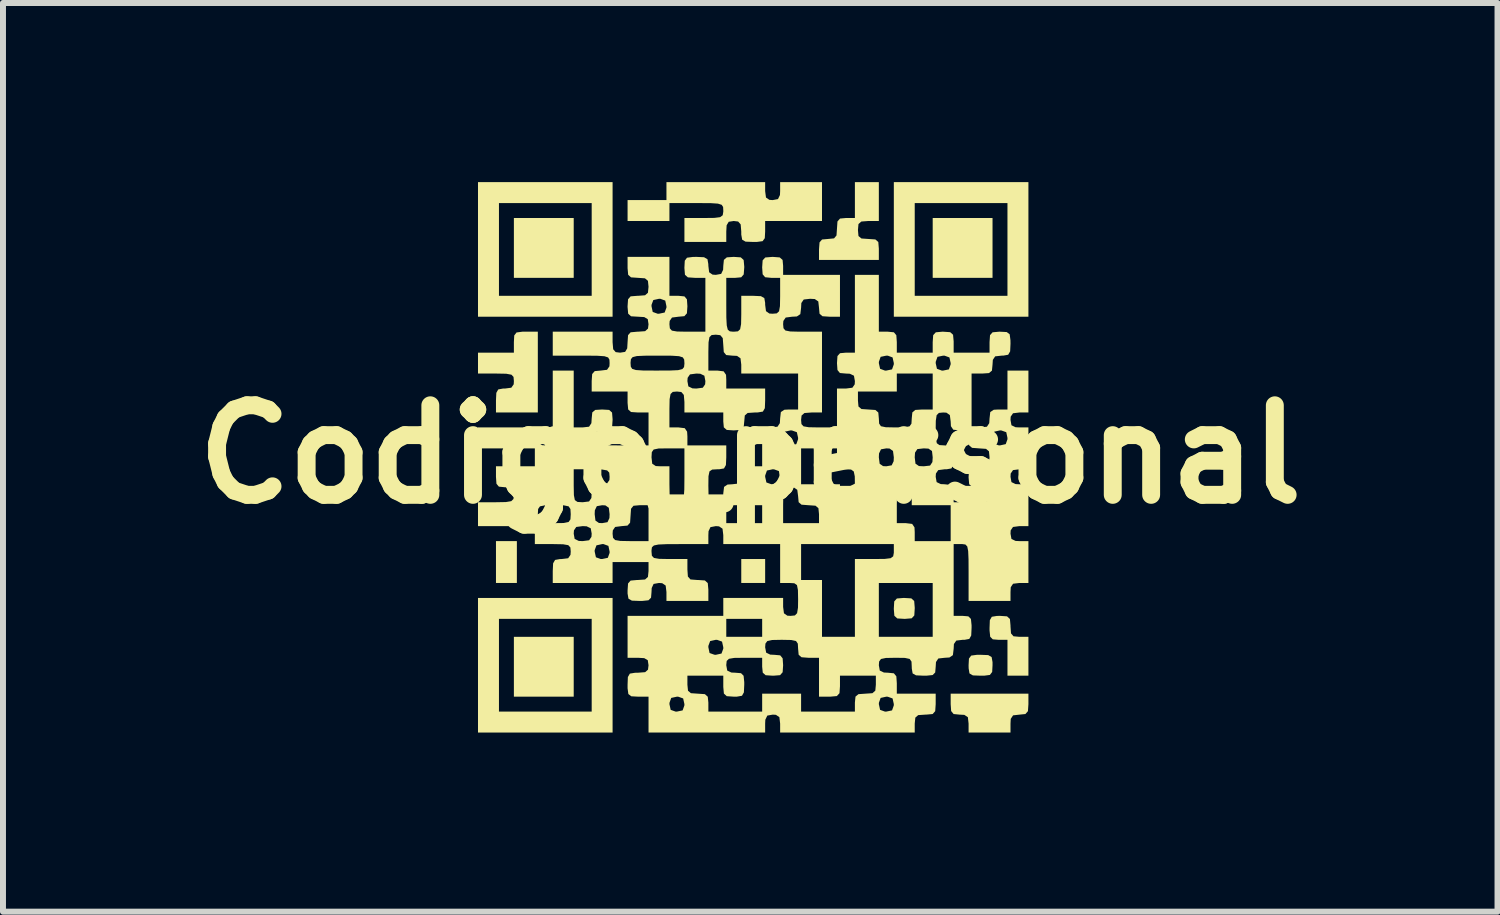
<source format=kicad_pcb>
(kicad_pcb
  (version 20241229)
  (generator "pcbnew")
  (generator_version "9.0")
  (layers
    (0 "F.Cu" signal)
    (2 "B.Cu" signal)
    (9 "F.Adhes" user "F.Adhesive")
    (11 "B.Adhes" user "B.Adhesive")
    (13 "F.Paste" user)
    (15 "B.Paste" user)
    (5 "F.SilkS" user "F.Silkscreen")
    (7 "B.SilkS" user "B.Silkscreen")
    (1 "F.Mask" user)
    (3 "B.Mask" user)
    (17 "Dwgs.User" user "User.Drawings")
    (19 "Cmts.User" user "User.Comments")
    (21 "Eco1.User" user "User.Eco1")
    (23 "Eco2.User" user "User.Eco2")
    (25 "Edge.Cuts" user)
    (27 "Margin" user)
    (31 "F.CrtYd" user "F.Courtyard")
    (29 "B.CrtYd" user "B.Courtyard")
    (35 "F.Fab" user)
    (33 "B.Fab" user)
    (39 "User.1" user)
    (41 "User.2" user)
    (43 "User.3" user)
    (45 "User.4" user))
  (footprint "Codigo_personal"
    (layer "F.Cu")
    (at 9.514 4.559)
    (property "Reference" "Codigo_personal" (at 0 0 0) (layer "F.SilkS") (effects (font (size 1.5 1.5) (thickness 0.3))))
    (attr board_only exclude_from_pos_files exclude_from_bom)
    (fp_poly (pts (xy -3.908 1.804) (xy -3.908 2.154) (xy -4.083 2.154) (xy -4.258 2.154) (xy -4.258 1.804) (xy -4.258 1.453) (xy -4.083 1.453) (xy -3.908 1.453)) (stroke (width 0) (type solid)) (fill yes) (layer "F.SilkS"))
    (fp_poly (pts (xy -2.956 -3.457) (xy -2.956 -2.956) (xy -3.457 -2.956) (xy -3.958 -2.956) (xy -3.958 -3.457) (xy -3.958 -3.958) (xy -3.457 -3.958) (xy -2.956 -3.958)) (stroke (width 0) (type solid)) (fill yes) (layer "F.SilkS"))
    (fp_poly (pts (xy -2.956 3.557) (xy -2.956 4.058) (xy -3.457 4.058) (xy -3.958 4.058) (xy -3.958 3.557) (xy -3.958 3.056) (xy -3.457 3.056) (xy -2.956 3.056)) (stroke (width 0) (type solid)) (fill yes) (layer "F.SilkS"))
    (fp_poly (pts (xy 0.25 1.954) (xy 0.25 2.154) (xy 0.05 2.154) (xy -0.15 2.154) (xy -0.15 1.954) (xy -0.15 1.753) (xy 0.05 1.753) (xy 0.25 1.753)) (stroke (width 0) (type solid)) (fill yes) (layer "F.SilkS"))
    (fp_poly (pts (xy 4.058 -3.457) (xy 4.058 -2.956) (xy 3.557 -2.956) (xy 3.056 -2.956) (xy 3.056 -3.457) (xy 3.056 -3.958) (xy 3.557 -3.958) (xy 4.058 -3.958)) (stroke (width 0) (type solid)) (fill yes) (layer "F.SilkS"))
    (fp_poly (pts (xy 2.698 2.412) (xy 2.746 2.456) (xy 2.755 2.567) (xy 2.755 2.58) (xy 2.748 2.698) (xy 2.704 2.746) (xy 2.593 2.755) (xy 2.58 2.755) (xy 2.463 2.748) (xy 2.414 2.704) (xy 2.405 2.593) (xy 2.405 2.58) (xy 2.412 2.463) (xy 2.456 2.414) (xy 2.567 2.405) (xy 2.58 2.405)) (stroke (width 0) (type solid)) (fill yes) (layer "F.SilkS"))
    (fp_poly (pts (xy 3.986 3.362) (xy 4.043 3.395) (xy 4.058 3.48) (xy 4.058 3.532) (xy 4.052 3.644) (xy 4.014 3.694) (xy 3.917 3.707) (xy 3.858 3.707) (xy 3.729 3.702) (xy 3.672 3.669) (xy 3.658 3.584) (xy 3.657 3.532) (xy 3.663 3.42) (xy 3.701 3.37) (xy 3.798 3.357) (xy 3.858 3.357)) (stroke (width 0) (type solid)) (fill yes) (layer "F.SilkS"))
    (fp_poly (pts (xy -2.305 -3.432) (xy -2.305 -2.305) (xy -3.432 -2.305) (xy -4.559 -2.305) (xy -4.559 -3.432) (xy -4.208 -3.432) (xy -4.208 -2.655) (xy -3.432 -2.655) (xy -2.655 -2.655) (xy -2.655 -3.432) (xy -2.655 -4.208) (xy -3.432 -4.208) (xy -4.208 -4.208) (xy -4.208 -3.432) (xy -4.559 -3.432) (xy -4.559 -4.559) (xy -3.432 -4.559) (xy -2.305 -4.559)) (stroke (width 0) (type solid)) (fill yes) (layer "F.SilkS"))
    (fp_poly (pts (xy -2.305 3.532) (xy -2.305 4.659) (xy -3.432 4.659) (xy -4.559 4.659) (xy -4.559 3.532) (xy -4.208 3.532) (xy -4.208 4.308) (xy -3.432 4.308) (xy -2.655 4.308) (xy -2.655 3.532) (xy -2.655 2.755) (xy -3.432 2.755) (xy -4.208 2.755) (xy -4.208 3.532) (xy -4.559 3.532) (xy -4.559 2.405) (xy -3.432 2.405) (xy -2.305 2.405)) (stroke (width 0) (type solid)) (fill yes) (layer "F.SilkS"))
    (fp_poly (pts (xy 4.659 -3.432) (xy 4.659 -2.305) (xy 3.532 -2.305) (xy 2.405 -2.305) (xy 2.405 -3.432) (xy 2.755 -3.432) (xy 2.755 -2.655) (xy 3.532 -2.655) (xy 4.308 -2.655) (xy 4.308 -3.432) (xy 4.308 -4.208) (xy 3.532 -4.208) (xy 2.755 -4.208) (xy 2.755 -3.432) (xy 2.405 -3.432) (xy 2.405 -4.559) (xy 3.532 -4.559) (xy 4.659 -4.559)) (stroke (width 0) (type solid)) (fill yes) (layer "F.SilkS"))
    (fp_poly (pts (xy 4.659 4.183) (xy 4.651 4.301) (xy 4.608 4.349) (xy 4.509 4.359) (xy 4.402 4.371) (xy 4.363 4.43) (xy 4.359 4.509) (xy 4.359 4.659) (xy 4.008 4.659) (xy 3.657 4.659) (xy 3.657 4.509) (xy 3.645 4.402) (xy 3.586 4.363) (xy 3.507 4.359) (xy 3.406 4.349) (xy 3.365 4.299) (xy 3.357 4.183) (xy 3.357 4.008) (xy 4.008 4.008) (xy 4.659 4.008)) (stroke (width 0) (type solid)) (fill yes) (layer "F.SilkS"))
    (fp_poly (pts (xy 4.301 2.713) (xy 4.349 2.757) (xy 4.359 2.867) (xy 4.359 2.881) (xy 4.367 2.998) (xy 4.409 3.047) (xy 4.509 3.056) (xy 4.659 3.056) (xy 4.659 3.382) (xy 4.659 3.707) (xy 4.484 3.707) (xy 4.308 3.707) (xy 4.308 3.407) (xy 4.308 3.106) (xy 4.158 3.106) (xy 4.062 3.098) (xy 4.019 3.055) (xy 4.008 2.949) (xy 4.008 2.906) (xy 4.013 2.777) (xy 4.046 2.72) (xy 4.131 2.706) (xy 4.183 2.705)) (stroke (width 0) (type solid)) (fill yes) (layer "F.SilkS"))
    (fp_poly (pts (xy -3.557 -1.378) (xy -3.557 -0.701) (xy -3.908 -0.701) (xy -4.258 -0.701) (xy -4.258 -0.902) (xy -4.252 -1.03) (xy -4.22 -1.087) (xy -4.14 -1.102) (xy -4.108 -1.102) (xy -4.001 -1.116) (xy -3.961 -1.173) (xy -3.958 -1.227) (xy -3.964 -1.297) (xy -3.999 -1.334) (xy -4.086 -1.35) (xy -4.248 -1.353) (xy -4.258 -1.353) (xy -4.559 -1.353) (xy -4.559 -1.528) (xy -4.559 -1.703) (xy -4.258 -1.703) (xy -3.958 -1.703) (xy -3.958 -1.879) (xy -3.952 -1.991) (xy -3.914 -2.041) (xy -3.817 -2.054) (xy -3.757 -2.054) (xy -3.557 -2.054)) (stroke (width 0) (type solid)) (fill yes) (layer "F.SilkS"))
    (fp_poly (pts (xy 2.154 -4.233) (xy 2.154 -3.908) (xy 1.979 -3.908) (xy 1.861 -3.899) (xy 1.813 -3.857) (xy 1.804 -3.757) (xy 1.813 -3.656) (xy 1.863 -3.615) (xy 1.979 -3.607) (xy 2.096 -3.599) (xy 2.145 -3.556) (xy 2.154 -3.445) (xy 2.154 -3.432) (xy 2.154 -3.256) (xy 1.653 -3.256) (xy 1.152 -3.256) (xy 1.152 -3.432) (xy 1.161 -3.55) (xy 1.203 -3.598) (xy 1.303 -3.607) (xy 1.404 -3.617) (xy 1.445 -3.666) (xy 1.453 -3.782) (xy 1.461 -3.9) (xy 1.504 -3.949) (xy 1.603 -3.958) (xy 1.753 -3.958) (xy 1.753 -4.258) (xy 1.753 -4.559) (xy 1.954 -4.559) (xy 2.154 -4.559)) (stroke (width 0) (type solid)) (fill yes) (layer "F.SilkS"))
    (fp_poly (pts (xy 0.25 -4.409) (xy 0.264 -4.301) (xy 0.321 -4.262) (xy 0.376 -4.258) (xy 0.465 -4.275) (xy 0.498 -4.343) (xy 0.501 -4.409) (xy 0.501 -4.559) (xy 0.852 -4.559) (xy 1.202 -4.559) (xy 1.202 -4.233) (xy 1.202 -3.908) (xy 0.726 -3.908) (xy 0.25 -3.908) (xy 0.25 -3.732) (xy 0.244 -3.62) (xy 0.207 -3.57) (xy 0.109 -3.557) (xy 0.05 -3.557) (xy -0.078 -3.562) (xy -0.135 -3.595) (xy -0.15 -3.681) (xy -0.15 -3.732) (xy -0.16 -3.851) (xy -0.202 -3.899) (xy -0.276 -3.908) (xy -0.36 -3.895) (xy -0.395 -3.836) (xy -0.401 -3.732) (xy -0.401 -3.557) (xy -0.751 -3.557) (xy -1.102 -3.557) (xy -1.102 -3.757) (xy -1.102 -3.958) (xy -0.777 -3.958) (xy -0.601 -3.96) (xy -0.504 -3.972) (xy -0.461 -4.004) (xy -0.451 -4.063) (xy -0.451 -4.083) (xy -0.454 -4.142) (xy -0.478 -4.179) (xy -0.541 -4.199) (xy -0.663 -4.207) (xy -0.862 -4.208) (xy -0.902 -4.208) (xy -1.353 -4.208) (xy -1.353 -4.058) (xy -1.353 -3.908) (xy -1.703 -3.908) (xy -2.054 -3.908) (xy -2.054 -4.083) (xy -2.054 -4.258) (xy -1.728 -4.258) (xy -1.403 -4.258) (xy -1.403 -4.409) (xy -1.403 -4.559) (xy -0.576 -4.559) (xy 0.25 -4.559)) (stroke (width 0) (type solid)) (fill yes) (layer "F.SilkS"))
    (fp_poly (pts (xy -1.353 -2.981) (xy -1.353 -2.655) (xy -1.202 -2.655) (xy -1.101 -2.645) (xy -1.06 -2.596) (xy -1.052 -2.48) (xy -1.06 -2.362) (xy -1.103 -2.314) (xy -1.202 -2.305) (xy -1.31 -2.291) (xy -1.349 -2.234) (xy -1.353 -2.179) (xy -1.346 -2.11) (xy -1.312 -2.072) (xy -1.225 -2.057) (xy -1.063 -2.054) (xy -1.052 -2.054) (xy -0.751 -2.054) (xy -0.751 -2.505) (xy -0.751 -2.956) (xy -0.927 -2.956) (xy -1.044 -2.964) (xy -1.093 -3.007) (xy -1.102 -3.118) (xy -1.102 -3.131) (xy -1.096 -3.243) (xy -1.059 -3.293) (xy -0.961 -3.306) (xy -0.902 -3.307) (xy -0.773 -3.301) (xy -0.716 -3.268) (xy -0.702 -3.188) (xy -0.701 -3.156) (xy -0.688 -3.049) (xy -0.631 -3.01) (xy -0.576 -3.006) (xy -0.487 -3.022) (xy -0.454 -3.091) (xy -0.451 -3.156) (xy -0.441 -3.257) (xy -0.392 -3.299) (xy -0.276 -3.307) (xy -0.158 -3.299) (xy -0.11 -3.255) (xy -0.1 -3.145) (xy -0.1 -3.131) (xy -0.109 -3.013) (xy -0.151 -2.965) (xy -0.25 -2.956) (xy -0.401 -2.956) (xy -0.401 -2.505) (xy -0.4 -2.291) (xy -0.393 -2.159) (xy -0.376 -2.088) (xy -0.342 -2.06) (xy -0.287 -2.054) (xy -0.276 -2.054) (xy -0.206 -2.06) (xy -0.169 -2.095) (xy -0.153 -2.182) (xy -0.15 -2.344) (xy -0.15 -2.355) (xy -0.15 -2.655) (xy 0.05 -2.655) (xy 0.179 -2.649) (xy 0.236 -2.617) (xy 0.25 -2.537) (xy 0.25 -2.505) (xy 0.264 -2.398) (xy 0.321 -2.358) (xy 0.376 -2.355) (xy 0.445 -2.361) (xy 0.483 -2.396) (xy 0.498 -2.482) (xy 0.501 -2.645) (xy 0.501 -2.655) (xy 0.501 -2.956) (xy 0.351 -2.956) (xy 0.25 -2.966) (xy 0.208 -3.015) (xy 0.2 -3.131) (xy 0.208 -3.249) (xy 0.252 -3.297) (xy 0.362 -3.306) (xy 0.376 -3.307) (xy 0.494 -3.298) (xy 0.542 -3.256) (xy 0.551 -3.156) (xy 0.551 -3.006) (xy 1.027 -3.006) (xy 1.503 -3.006) (xy 1.503 -2.655) (xy 1.503 -2.305) (xy 1.328 -2.305) (xy 1.21 -2.313) (xy 1.161 -2.355) (xy 1.152 -2.455) (xy 1.14 -2.561) (xy 1.081 -2.601) (xy 1.002 -2.605) (xy 0.896 -2.593) (xy 0.856 -2.534) (xy 0.852 -2.455) (xy 0.839 -2.348) (xy 0.781 -2.309) (xy 0.701 -2.305) (xy 0.594 -2.291) (xy 0.555 -2.234) (xy 0.551 -2.179) (xy 0.557 -2.112) (xy 0.589 -2.074) (xy 0.67 -2.058) (xy 0.824 -2.054) (xy 0.877 -2.054) (xy 1.202 -2.054) (xy 1.202 -1.378) (xy 1.202 -0.701) (xy 1.027 -0.701) (xy 0.908 -0.692) (xy 0.86 -0.65) (xy 0.852 -0.576) (xy 0.858 -0.507) (xy 0.893 -0.469) (xy 0.98 -0.454) (xy 1.142 -0.451) (xy 1.152 -0.451) (xy 1.453 -0.451) (xy 1.453 -0.777) (xy 1.453 -1.052) (xy 1.804 -1.052) (xy 1.804 -0.902) (xy 1.813 -0.801) (xy 1.863 -0.759) (xy 1.979 -0.751) (xy 2.097 -0.743) (xy 2.145 -0.701) (xy 2.154 -0.601) (xy 2.159 -0.515) (xy 2.189 -0.471) (xy 2.27 -0.454) (xy 2.426 -0.451) (xy 2.43 -0.451) (xy 2.587 -0.453) (xy 2.669 -0.47) (xy 2.7 -0.514) (xy 2.705 -0.599) (xy 2.705 -0.601) (xy 2.715 -0.702) (xy 2.765 -0.744) (xy 2.881 -0.751) (xy 3.056 -0.751) (xy 3.056 -1.052) (xy 3.056 -1.353) (xy 2.755 -1.353) (xy 2.455 -1.353) (xy 2.455 -1.202) (xy 2.455 -1.052) (xy 2.129 -1.052) (xy 1.804 -1.052) (xy 1.453 -1.052) (xy 1.453 -1.102) (xy 1.603 -1.102) (xy 1.711 -1.116) (xy 1.75 -1.173) (xy 1.753 -1.227) (xy 1.737 -1.317) (xy 1.669 -1.35) (xy 1.603 -1.353) (xy 1.502 -1.362) (xy 1.461 -1.412) (xy 1.453 -1.528) (xy 2.154 -1.528) (xy 2.175 -1.433) (xy 2.256 -1.403) (xy 2.279 -1.403) (xy 2.375 -1.423) (xy 2.404 -1.505) (xy 2.405 -1.528) (xy 3.106 -1.528) (xy 3.127 -1.433) (xy 3.208 -1.403) (xy 3.231 -1.403) (xy 3.327 -1.423) (xy 3.356 -1.505) (xy 3.357 -1.528) (xy 3.336 -1.623) (xy 3.254 -1.653) (xy 3.231 -1.653) (xy 3.136 -1.633) (xy 3.107 -1.551) (xy 3.106 -1.528) (xy 2.405 -1.528) (xy 2.384 -1.623) (xy 2.303 -1.653) (xy 2.279 -1.653) (xy 2.184 -1.633) (xy 2.155 -1.551) (xy 2.154 -1.528) (xy 1.453 -1.528) (xy 1.461 -1.646) (xy 1.504 -1.694) (xy 1.603 -1.703) (xy 1.753 -1.703) (xy 1.753 -2.355) (xy 1.753 -3.006) (xy 1.954 -3.006) (xy 2.154 -3.006) (xy 2.154 -2.53) (xy 2.154 -2.054) (xy 2.305 -2.054) (xy 2.406 -2.044) (xy 2.447 -1.995) (xy 2.455 -1.879) (xy 2.455 -1.703) (xy 2.755 -1.703) (xy 3.056 -1.703) (xy 3.056 -1.879) (xy 3.064 -1.996) (xy 3.108 -2.044) (xy 3.218 -2.054) (xy 3.231 -2.054) (xy 3.349 -2.046) (xy 3.397 -2.003) (xy 3.407 -1.892) (xy 3.407 -1.879) (xy 3.407 -1.703) (xy 3.707 -1.703) (xy 4.008 -1.703) (xy 4.008 -1.879) (xy 4.016 -1.996) (xy 4.059 -2.044) (xy 4.17 -2.054) (xy 4.183 -2.054) (xy 4.296 -2.048) (xy 4.345 -2.011) (xy 4.358 -1.913) (xy 4.359 -1.854) (xy 4.353 -1.725) (xy 4.32 -1.668) (xy 4.241 -1.654) (xy 4.208 -1.653) (xy 4.102 -1.641) (xy 4.063 -1.582) (xy 4.058 -1.503) (xy 4.048 -1.402) (xy 3.999 -1.361) (xy 3.883 -1.353) (xy 3.707 -1.353) (xy 3.707 -0.902) (xy 3.707 -0.451) (xy 3.858 -0.451) (xy 3.964 -0.463) (xy 4.003 -0.522) (xy 4.008 -0.601) (xy 4.02 -0.708) (xy 4.079 -0.747) (xy 4.158 -0.751) (xy 4.308 -0.751) (xy 4.308 -1.077) (xy 4.308 -1.403) (xy 4.484 -1.403) (xy 4.659 -1.403) (xy 4.659 -1.052) (xy 4.659 -0.701) (xy 4.509 -0.701) (xy 4.401 -0.688) (xy 4.362 -0.631) (xy 4.359 -0.576) (xy 4.375 -0.487) (xy 4.444 -0.454) (xy 4.509 -0.451) (xy 4.659 -0.451) (xy 4.659 -0.1) (xy 4.659 0.25) (xy 4.509 0.25) (xy 4.401 0.264) (xy 4.362 0.321) (xy 4.359 0.376) (xy 4.375 0.465) (xy 4.444 0.498) (xy 4.509 0.501) (xy 4.659 0.501) (xy 4.659 0.852) (xy 4.659 1.202) (xy 4.509 1.202) (xy 4.401 1.216) (xy 4.362 1.273) (xy 4.359 1.328) (xy 4.375 1.417) (xy 4.444 1.45) (xy 4.509 1.453) (xy 4.659 1.453) (xy 4.659 1.804) (xy 4.659 2.154) (xy 4.509 2.154) (xy 4.402 2.167) (xy 4.363 2.225) (xy 4.359 2.305) (xy 4.359 2.455) (xy 4.008 2.455) (xy 3.657 2.455) (xy 3.657 1.979) (xy 3.656 1.758) (xy 3.65 1.619) (xy 3.635 1.543) (xy 3.604 1.51) (xy 3.553 1.503) (xy 3.532 1.503) (xy 3.407 1.503) (xy 3.407 2.104) (xy 3.407 2.705) (xy 3.557 2.705) (xy 3.653 2.713) (xy 3.696 2.756) (xy 3.707 2.863) (xy 3.707 2.906) (xy 3.701 3.034) (xy 3.669 3.091) (xy 3.589 3.106) (xy 3.557 3.106) (xy 3.451 3.119) (xy 3.411 3.177) (xy 3.407 3.256) (xy 3.394 3.363) (xy 3.336 3.402) (xy 3.256 3.407) (xy 3.15 3.419) (xy 3.111 3.478) (xy 3.106 3.557) (xy 3.098 3.653) (xy 3.055 3.696) (xy 2.949 3.707) (xy 2.906 3.707) (xy 2.777 3.701) (xy 2.72 3.669) (xy 2.706 3.589) (xy 2.705 3.557) (xy 2.701 3.471) (xy 2.67 3.426) (xy 2.59 3.409) (xy 2.434 3.407) (xy 2.43 3.407) (xy 2.272 3.41) (xy 2.19 3.427) (xy 2.159 3.469) (xy 2.154 3.532) (xy 2.17 3.621) (xy 2.239 3.654) (xy 2.305 3.657) (xy 2.406 3.667) (xy 2.447 3.717) (xy 2.455 3.833) (xy 2.455 4.008) (xy 2.78 4.008) (xy 3.106 4.008) (xy 3.106 4.183) (xy 3.098 4.301) (xy 3.055 4.349) (xy 2.944 4.359) (xy 2.931 4.359) (xy 2.813 4.367) (xy 2.765 4.409) (xy 2.755 4.509) (xy 2.755 4.659) (xy 1.628 4.659) (xy 0.501 4.659) (xy 0.501 4.509) (xy 0.488 4.401) (xy 0.43 4.362) (xy 0.376 4.359) (xy 0.286 4.375) (xy 0.253 4.444) (xy 0.25 4.509) (xy 0.25 4.659) (xy -0.726 4.659) (xy -1.703 4.659) (xy -1.703 4.359) (xy -1.703 4.183) (xy -1.353 4.183) (xy -1.332 4.279) (xy -1.25 4.308) (xy -1.227 4.308) (xy -1.132 4.288) (xy -1.103 4.206) (xy -1.102 4.183) (xy -1.123 4.088) (xy -1.204 4.059) (xy -1.227 4.058) (xy -1.323 4.079) (xy -1.352 4.16) (xy -1.353 4.183) (xy -1.703 4.183) (xy -1.703 4.058) (xy -1.879 4.058) (xy -1.991 4.052) (xy -2.041 4.014) (xy -2.054 3.917) (xy -2.054 3.858) (xy -2.049 3.729) (xy -2.036 3.707) (xy -1.052 3.707) (xy -1.052 3.858) (xy -1.042 3.959) (xy -0.993 4) (xy -0.877 4.008) (xy -0.759 4.016) (xy -0.711 4.059) (xy -0.701 4.158) (xy -0.701 4.308) (xy -0.25 4.308) (xy 0.2 4.308) (xy 0.2 4.158) (xy 0.2 4.008) (xy 0.526 4.008) (xy 0.852 4.008) (xy 0.852 4.158) (xy 0.852 4.308) (xy 1.303 4.308) (xy 1.753 4.308) (xy 1.753 4.183) (xy 2.154 4.183) (xy 2.175 4.279) (xy 2.256 4.308) (xy 2.279 4.308) (xy 2.375 4.288) (xy 2.404 4.206) (xy 2.405 4.183) (xy 2.384 4.088) (xy 2.303 4.059) (xy 2.279 4.058) (xy 2.184 4.079) (xy 2.155 4.16) (xy 2.154 4.183) (xy 1.753 4.183) (xy 1.753 4.158) (xy 1.763 4.057) (xy 1.813 4.016) (xy 1.929 4.008) (xy 2.047 4) (xy 2.095 3.957) (xy 2.104 3.858) (xy 2.104 3.707) (xy 1.804 3.707) (xy 1.503 3.707) (xy 1.503 3.883) (xy 1.495 4) (xy 1.451 4.048) (xy 1.341 4.058) (xy 1.328 4.058) (xy 1.152 4.058) (xy 1.152 3.732) (xy 1.152 3.407) (xy 0.977 3.407) (xy 0.859 3.398) (xy 0.811 3.356) (xy 0.802 3.256) (xy 0.797 3.17) (xy 0.767 3.126) (xy 0.686 3.109) (xy 0.53 3.106) (xy 0.526 3.106) (xy 0.368 3.109) (xy 0.286 3.127) (xy 0.255 3.169) (xy 0.25 3.231) (xy 0.267 3.321) (xy 0.335 3.354) (xy 0.401 3.357) (xy 0.502 3.366) (xy 0.543 3.416) (xy 0.551 3.532) (xy 0.543 3.649) (xy 0.5 3.698) (xy 0.389 3.707) (xy 0.376 3.707) (xy 0.258 3.699) (xy 0.21 3.656) (xy 0.2 3.557) (xy 0.2 3.407) (xy -0.1 3.407) (xy -0.267 3.409) (xy -0.357 3.424) (xy -0.394 3.46) (xy -0.401 3.528) (xy -0.401 3.532) (xy -0.385 3.621) (xy -0.316 3.654) (xy -0.25 3.657) (xy -0.154 3.665) (xy -0.111 3.708) (xy -0.1 3.815) (xy -0.1 3.858) (xy -0.106 3.986) (xy -0.138 4.043) (xy -0.224 4.058) (xy -0.276 4.058) (xy -0.393 4.05) (xy -0.441 4.006) (xy -0.451 3.896) (xy -0.451 3.883) (xy -0.451 3.707) (xy -0.751 3.707) (xy -1.052 3.707) (xy -2.036 3.707) (xy -2.016 3.672) (xy -1.93 3.658) (xy -1.879 3.657) (xy -1.76 3.648) (xy -1.712 3.606) (xy -1.703 3.532) (xy -1.716 3.447) (xy -1.775 3.413) (xy -1.879 3.407) (xy -2.054 3.407) (xy -2.054 3.231) (xy -0.701 3.231) (xy -0.681 3.327) (xy -0.599 3.356) (xy -0.576 3.357) (xy -0.481 3.336) (xy -0.451 3.254) (xy -0.451 3.231) (xy -0.472 3.136) (xy -0.553 3.107) (xy -0.576 3.106) (xy -0.671 3.127) (xy -0.701 3.208) (xy -0.701 3.231) (xy -2.054 3.231) (xy -2.054 3.056) (xy -2.054 2.906) (xy -0.401 2.906) (xy -0.401 3.056) (xy -0.1 3.056) (xy 0.2 3.056) (xy 0.2 2.906) (xy 0.2 2.755) (xy -0.1 2.755) (xy -0.401 2.755) (xy -0.401 2.906) (xy -2.054 2.906) (xy -2.054 2.705) (xy -1.252 2.705) (xy -0.451 2.705) (xy -0.451 2.555) (xy -0.451 2.405) (xy 0.05 2.405) (xy 0.551 2.405) (xy 0.551 2.555) (xy 0.565 2.662) (xy 0.622 2.702) (xy 0.676 2.705) (xy 0.748 2.698) (xy 0.785 2.66) (xy 0.8 2.567) (xy 0.802 2.43) (xy 0.799 2.272) (xy 0.783 2.19) (xy 0.739 2.159) (xy 0.654 2.154) (xy 0.651 2.154) (xy 0.501 2.154) (xy 0.501 1.829) (xy 0.501 1.804) (xy 0.852 1.804) (xy 0.852 2.104) (xy 1.027 2.104) (xy 1.202 2.104) (xy 1.202 2.58) (xy 1.202 3.056) (xy 1.478 3.056) (xy 1.753 3.056) (xy 1.753 2.605) (xy 2.154 2.605) (xy 2.154 3.056) (xy 2.605 3.056) (xy 3.056 3.056) (xy 3.056 2.605) (xy 3.056 2.154) (xy 2.605 2.154) (xy 2.154 2.154) (xy 2.154 2.605) (xy 1.753 2.605) (xy 1.753 2.405) (xy 1.753 1.753) (xy 2.079 1.753) (xy 2.254 1.751) (xy 2.352 1.739) (xy 2.394 1.708) (xy 2.405 1.649) (xy 2.405 1.628) (xy 2.405 1.503) (xy 1.628 1.503) (xy 0.852 1.503) (xy 0.852 1.804) (xy 0.501 1.804) (xy 0.501 1.503) (xy 0.025 1.503) (xy -0.451 1.503) (xy -0.451 1.353) (xy -0.464 1.245) (xy -0.522 1.206) (xy -0.576 1.202) (xy -0.666 1.219) (xy -0.698 1.287) (xy -0.701 1.353) (xy -0.701 1.503) (xy -1.177 1.503) (xy -1.398 1.504) (xy -1.537 1.51) (xy -1.613 1.526) (xy -1.646 1.556) (xy -1.653 1.607) (xy -1.653 1.628) (xy -1.647 1.698) (xy -1.612 1.735) (xy -1.525 1.75) (xy -1.363 1.753) (xy -1.353 1.753) (xy -1.052 1.753) (xy -1.052 1.929) (xy -1.044 2.046) (xy -1.001 2.095) (xy -0.89 2.104) (xy -0.877 2.104) (xy -0.759 2.112) (xy -0.711 2.156) (xy -0.701 2.266) (xy -0.701 2.279) (xy -0.701 2.455) (xy -1.052 2.455) (xy -1.403 2.455) (xy -1.403 2.305) (xy -1.416 2.197) (xy -1.474 2.158) (xy -1.528 2.154) (xy -1.618 2.17) (xy -1.65 2.239) (xy -1.653 2.305) (xy -1.661 2.401) (xy -1.704 2.444) (xy -1.811 2.455) (xy -1.854 2.455) (xy -1.982 2.45) (xy -2.039 2.417) (xy -2.054 2.331) (xy -2.054 2.279) (xy -2.046 2.162) (xy -2.003 2.114) (xy -1.892 2.104) (xy -1.879 2.104) (xy -1.761 2.096) (xy -1.713 2.053) (xy -1.703 1.954) (xy -1.703 1.804) (xy -2.004 1.804) (xy -2.305 1.804) (xy -2.305 1.979) (xy -2.305 2.154) (xy -2.806 2.154) (xy -3.307 2.154) (xy -3.307 1.954) (xy -3.301 1.825) (xy -3.268 1.768) (xy -3.188 1.754) (xy -3.156 1.753) (xy -3.049 1.74) (xy -3.01 1.683) (xy -3.006 1.628) (xy -2.605 1.628) (xy -2.584 1.724) (xy -2.503 1.753) (xy -2.48 1.753) (xy -2.385 1.733) (xy -2.355 1.651) (xy -2.355 1.628) (xy -2.375 1.533) (xy -2.457 1.503) (xy -2.48 1.503) (xy -2.575 1.524) (xy -2.605 1.605) (xy -2.605 1.628) (xy -3.006 1.628) (xy -3.012 1.559) (xy -3.047 1.521) (xy -3.134 1.506) (xy -3.296 1.503) (xy -3.307 1.503) (xy -3.607 1.503) (xy -3.607 1.353) (xy -3.607 1.328) (xy -2.956 1.328) (xy -2.94 1.417) (xy -2.871 1.45) (xy -2.806 1.453) (xy -2.698 1.439) (xy -2.659 1.382) (xy -2.655 1.328) (xy -2.305 1.328) (xy -2.298 1.397) (xy -2.263 1.435) (xy -2.177 1.45) (xy -2.014 1.453) (xy -2.004 1.453) (xy -1.703 1.453) (xy -1.703 1.152) (xy -1.703 1.002) (xy -0.401 1.002) (xy -0.401 1.152) (xy -0.1 1.152) (xy 0.2 1.152) (xy 0.2 1.002) (xy 0.2 0.852) (xy 0.551 0.852) (xy 0.551 1.152) (xy 0.852 1.152) (xy 1.152 1.152) (xy 1.152 1.002) (xy 1.142 0.901) (xy 1.093 0.86) (xy 0.977 0.852) (xy 2.455 0.852) (xy 2.455 1.152) (xy 2.605 1.152) (xy 2.712 1.165) (xy 2.751 1.223) (xy 2.755 1.303) (xy 2.755 1.453) (xy 3.056 1.453) (xy 3.357 1.453) (xy 3.357 1.152) (xy 3.357 0.852) (xy 3.031 0.852) (xy 2.705 0.852) (xy 2.705 0.701) (xy 2.692 0.594) (xy 2.635 0.555) (xy 2.58 0.551) (xy 2.511 0.557) (xy 2.473 0.592) (xy 2.458 0.679) (xy 2.455 0.841) (xy 2.455 0.852) (xy 0.977 0.852) (xy 0.859 0.843) (xy 0.811 0.801) (xy 0.802 0.701) (xy 0.788 0.594) (xy 0.731 0.555) (xy 0.676 0.551) (xy 0.607 0.557) (xy 0.569 0.592) (xy 0.554 0.679) (xy 0.551 0.841) (xy 0.551 0.852) (xy 0.2 0.852) (xy -0.1 0.852) (xy -0.401 0.852) (xy -0.401 1.002) (xy -1.703 1.002) (xy -1.703 0.852) (xy -1.854 0.852) (xy -1.955 0.861) (xy -1.996 0.911) (xy -2.004 1.027) (xy -2.012 1.145) (xy -2.055 1.193) (xy -2.154 1.202) (xy -2.262 1.216) (xy -2.301 1.273) (xy -2.305 1.328) (xy -2.655 1.328) (xy -2.671 1.238) (xy -2.74 1.205) (xy -2.806 1.202) (xy -2.913 1.216) (xy -2.952 1.273) (xy -2.956 1.328) (xy -3.607 1.328) (xy -3.607 1.202) (xy -4.083 1.202) (xy -4.559 1.202) (xy -4.559 1.002) (xy -3.557 1.002) (xy -3.552 1.088) (xy -3.522 1.133) (xy -3.441 1.15) (xy -3.286 1.152) (xy -3.281 1.152) (xy -3.124 1.15) (xy -3.042 1.133) (xy -3.011 1.089) (xy -3.006 1.004) (xy -3.006 1.002) (xy -2.605 1.002) (xy -2.592 1.109) (xy -2.534 1.149) (xy -2.48 1.152) (xy -2.39 1.136) (xy -2.358 1.067) (xy -2.355 1.002) (xy -2.368 0.895) (xy -2.425 0.855) (xy -2.48 0.852) (xy -2.569 0.868) (xy -2.602 0.937) (xy -2.605 1.002) (xy -3.006 1.002) (xy -3.011 0.916) (xy -3.041 0.871) (xy -3.122 0.854) (xy -3.277 0.852) (xy -3.281 0.852) (xy -3.439 0.854) (xy -3.521 0.871) (xy -3.552 0.915) (xy -3.557 1) (xy -3.557 1.002) (xy -4.559 1.002) (xy -4.559 0.802) (xy -4.258 0.802) (xy -4.092 0.799) (xy -4.002 0.784) (xy -3.965 0.748) (xy -3.958 0.681) (xy -3.958 0.676) (xy -3.974 0.587) (xy -4.043 0.554) (xy -4.108 0.551) (xy -4.209 0.541) (xy -4.222 0.526) (xy -2.956 0.526) (xy -2.953 0.684) (xy -2.937 0.766) (xy -2.893 0.797) (xy -2.808 0.802) (xy -2.806 0.802) (xy -2.699 0.789) (xy -2.66 0.731) (xy -2.657 0.676) (xy -2.305 0.676) (xy -2.284 0.772) (xy -2.202 0.801) (xy -2.179 0.802) (xy -2.084 0.781) (xy -2.055 0.699) (xy -2.054 0.676) (xy -2.075 0.581) (xy -2.156 0.552) (xy -2.179 0.551) (xy -2.275 0.572) (xy -2.304 0.653) (xy -2.305 0.676) (xy -2.657 0.676) (xy -2.655 0.651) (xy -2.643 0.545) (xy -2.584 0.506) (xy -2.505 0.501) (xy -2.398 0.488) (xy -2.358 0.43) (xy -2.355 0.376) (xy -2.361 0.306) (xy -2.396 0.269) (xy -2.482 0.254) (xy -2.645 0.25) (xy -2.655 0.25) (xy -2.956 0.25) (xy -2.956 0.526) (xy -4.222 0.526) (xy -4.25 0.492) (xy -4.258 0.376) (xy -4.258 0.2) (xy -3.933 0.2) (xy -3.607 0.2) (xy -3.607 0.05) (xy -3.607 0.048) (xy -1.653 0.048) (xy -1.653 0.05) (xy -1.641 0.157) (xy -1.582 0.196) (xy -1.503 0.2) (xy -1.353 0.2) (xy -1.353 0.501) (xy -1.35 0.668) (xy -1.336 0.758) (xy -1.299 0.794) (xy -1.232 0.802) (xy -1.227 0.802) (xy -1.168 0.798) (xy -1.131 0.774) (xy -1.112 0.711) (xy -1.104 0.59) (xy -1.102 0.39) (xy -1.102 0.351) (xy -1.102 -0.1) (xy -1.378 -0.1) (xy -1.535 -0.098) (xy -1.617 -0.081) (xy -1.648 -0.037) (xy -1.653 0.048) (xy -3.607 0.048) (xy -3.607 -0.1) (xy -4.083 -0.1) (xy -4.559 -0.1) (xy -4.559 -0.276) (xy -4.559 -0.451) (xy -4.058 -0.451) (xy -3.557 -0.451) (xy -3.557 -0.301) (xy -3.544 -0.193) (xy -3.486 -0.154) (xy -3.432 -0.15) (xy -3.307 -0.15) (xy -3.307 -0.777) (xy -3.307 -1.403) (xy -3.131 -1.403) (xy -2.956 -1.403) (xy -2.956 -0.927) (xy -2.956 -0.451) (xy -2.806 -0.451) (xy -2.699 -0.463) (xy -2.66 -0.522) (xy -2.655 -0.601) (xy -2.645 -0.702) (xy -2.596 -0.744) (xy -2.48 -0.751) (xy -2.362 -0.744) (xy -2.314 -0.7) (xy -2.305 -0.589) (xy -2.305 -0.576) (xy -2.313 -0.458) (xy -2.355 -0.41) (xy -2.455 -0.401) (xy -2.562 -0.387) (xy -2.602 -0.33) (xy -2.605 -0.276) (xy -2.602 -0.216) (xy -2.578 -0.179) (xy -2.515 -0.16) (xy -2.393 -0.152) (xy -2.194 -0.15) (xy -2.154 -0.15) (xy -1.703 -0.15) (xy -1.703 -0.426) (xy -1.703 -0.701) (xy -1.879 -0.701) (xy -1.996 -0.709) (xy -2.043 -0.751) (xy -1.353 -0.751) (xy -1.353 -0.451) (xy -1.202 -0.451) (xy -1.096 -0.438) (xy -1.057 -0.38) (xy -1.052 -0.301) (xy -1.052 -0.15) (xy -0.726 -0.15) (xy -0.401 -0.15) (xy -0.401 0.05) (xy -0.407 0.179) (xy -0.439 0.236) (xy -0.519 0.25) (xy -0.551 0.25) (xy -0.637 0.255) (xy -0.682 0.285) (xy -0.699 0.366) (xy -0.701 0.522) (xy -0.701 0.526) (xy -0.698 0.684) (xy -0.681 0.766) (xy -0.639 0.797) (xy -0.576 0.802) (xy -0.487 0.785) (xy -0.454 0.717) (xy -0.451 0.651) (xy -0.438 0.545) (xy -0.38 0.506) (xy -0.301 0.501) (xy -0.194 0.489) (xy -0.155 0.43) (xy -0.152 0.376) (xy 0.25 0.376) (xy 0.271 0.471) (xy 0.353 0.5) (xy 0.376 0.501) (xy 0.471 0.48) (xy 0.5 0.399) (xy 0.501 0.376) (xy 0.48 0.28) (xy 0.399 0.251) (xy 0.376 0.25) (xy 0.28 0.271) (xy 0.251 0.353) (xy 0.25 0.376) (xy -0.152 0.376) (xy -0.15 0.351) (xy -0.141 0.25) (xy -0.091 0.208) (xy 0.025 0.2) (xy 0.2 0.2) (xy 0.852 0.2) (xy 0.852 0.501) (xy 1.177 0.501) (xy 1.503 0.501) (xy 1.503 0.651) (xy 1.516 0.759) (xy 1.574 0.798) (xy 1.628 0.802) (xy 1.7 0.794) (xy 1.737 0.757) (xy 1.751 0.664) (xy 1.753 0.526) (xy 1.751 0.369) (xy 1.734 0.287) (xy 1.69 0.255) (xy 1.605 0.25) (xy 1.603 0.25) (xy 1.502 0.241) (xy 1.461 0.191) (xy 1.453 0.075) (xy 1.453 0.05) (xy 2.154 0.05) (xy 2.168 0.158) (xy 2.225 0.197) (xy 2.279 0.2) (xy 2.369 0.184) (xy 2.402 0.115) (xy 2.405 0.05) (xy 2.755 0.05) (xy 2.768 0.157) (xy 2.826 0.196) (xy 2.906 0.2) (xy 3.012 0.188) (xy 3.051 0.129) (xy 3.056 0.05) (xy 3.044 -0.056) (xy 2.985 -0.096) (xy 2.906 -0.1) (xy 2.799 -0.088) (xy 2.76 -0.029) (xy 2.755 0.05) (xy 2.405 0.05) (xy 2.391 -0.057) (xy 2.334 -0.097) (xy 2.279 -0.1) (xy 2.19 -0.084) (xy 2.157 -0.015) (xy 2.154 0.05) (xy 1.453 0.05) (xy 1.453 -0.1) (xy 1.152 -0.1) (xy 0.852 -0.1) (xy 0.852 0.2) (xy 0.2 0.2) (xy 0.2 -0.125) (xy 0.2 -0.276) (xy 0.551 -0.276) (xy 0.572 -0.18) (xy 0.653 -0.151) (xy 0.676 -0.15) (xy 0.772 -0.171) (xy 0.801 -0.252) (xy 0.802 -0.276) (xy 0.781 -0.371) (xy 0.699 -0.4) (xy 0.676 -0.401) (xy 0.581 -0.38) (xy 0.552 -0.299) (xy 0.551 -0.276) (xy 0.2 -0.276) (xy 0.2 -0.426) (xy 3.106 -0.426) (xy 3.109 -0.268) (xy 3.125 -0.186) (xy 3.169 -0.155) (xy 3.254 -0.15) (xy 3.256 -0.15) (xy 3.353 -0.142) (xy 3.396 -0.099) (xy 3.406 0.007) (xy 3.407 0.05) (xy 3.401 0.179) (xy 3.369 0.236) (xy 3.289 0.25) (xy 3.256 0.25) (xy 3.149 0.264) (xy 3.11 0.321) (xy 3.106 0.376) (xy 3.122 0.465) (xy 3.191 0.498) (xy 3.256 0.501) (xy 3.363 0.513) (xy 3.402 0.572) (xy 3.407 0.651) (xy 3.407 0.802) (xy 3.707 0.802) (xy 3.874 0.799) (xy 3.964 0.784) (xy 4.001 0.748) (xy 4.008 0.681) (xy 4.008 0.676) (xy 3.995 0.592) (xy 3.936 0.557) (xy 3.833 0.551) (xy 3.715 0.543) (xy 3.667 0.5) (xy 3.657 0.389) (xy 3.657 0.376) (xy 3.665 0.258) (xy 3.709 0.21) (xy 3.819 0.2) (xy 3.833 0.2) (xy 3.95 0.192) (xy 3.999 0.15) (xy 4.008 0.05) (xy 3.998 -0.051) (xy 3.949 -0.092) (xy 3.833 -0.1) (xy 3.715 -0.109) (xy 3.666 -0.151) (xy 3.657 -0.25) (xy 3.654 -0.276) (xy 4.058 -0.276) (xy 4.079 -0.18) (xy 4.16 -0.151) (xy 4.183 -0.15) (xy 4.279 -0.171) (xy 4.308 -0.252) (xy 4.308 -0.276) (xy 4.288 -0.371) (xy 4.206 -0.4) (xy 4.183 -0.401) (xy 4.088 -0.38) (xy 4.059 -0.299) (xy 4.058 -0.276) (xy 3.654 -0.276) (xy 3.645 -0.357) (xy 3.586 -0.396) (xy 3.507 -0.401) (xy 3.4 -0.413) (xy 3.361 -0.472) (xy 3.357 -0.551) (xy 3.343 -0.658) (xy 3.286 -0.698) (xy 3.231 -0.701) (xy 3.16 -0.694) (xy 3.122 -0.656) (xy 3.108 -0.563) (xy 3.106 -0.426) (xy 0.2 -0.426) (xy 0.2 -0.451) (xy 0.351 -0.451) (xy 0.457 -0.463) (xy 0.496 -0.522) (xy 0.501 -0.601) (xy 0.513 -0.708) (xy 0.572 -0.747) (xy 0.651 -0.751) (xy 0.802 -0.751) (xy 0.802 -1.052) (xy 0.802 -1.353) (xy 0.326 -1.353) (xy -0.15 -1.353) (xy -0.15 -1.503) (xy -0.163 -1.609) (xy -0.221 -1.649) (xy -0.301 -1.653) (xy -0.402 -1.663) (xy -0.443 -1.713) (xy -0.451 -1.829) (xy -0.46 -1.947) (xy -0.502 -1.996) (xy -0.576 -2.004) (xy -0.646 -1.998) (xy -0.683 -1.963) (xy -0.698 -1.876) (xy -0.701 -1.714) (xy -0.701 -1.703) (xy -0.701 -1.403) (xy -0.551 -1.403) (xy -0.445 -1.39) (xy -0.405 -1.332) (xy -0.401 -1.252) (xy -0.401 -1.102) (xy -0.075 -1.102) (xy 0.25 -1.102) (xy 0.25 -0.902) (xy 0.245 -0.773) (xy 0.212 -0.716) (xy 0.127 -0.702) (xy 0.075 -0.701) (xy -0.043 -0.693) (xy -0.091 -0.651) (xy -0.1 -0.551) (xy -0.11 -0.45) (xy -0.16 -0.409) (xy -0.276 -0.401) (xy -0.393 -0.409) (xy -0.442 -0.452) (xy -0.451 -0.551) (xy -0.451 -0.701) (xy -0.777 -0.701) (xy -1.102 -0.701) (xy -1.102 -0.877) (xy -1.112 -0.995) (xy -1.154 -1.044) (xy -1.227 -1.052) (xy -1.297 -1.046) (xy -1.334 -1.011) (xy -1.35 -0.924) (xy -1.353 -0.762) (xy -1.353 -0.751) (xy -2.043 -0.751) (xy -2.044 -0.753) (xy -2.054 -0.863) (xy -2.054 -0.877) (xy -2.054 -1.052) (xy -2.355 -1.052) (xy -2.655 -1.052) (xy -2.655 -1.227) (xy -1.052 -1.227) (xy -1.036 -1.138) (xy -0.967 -1.105) (xy -0.902 -1.102) (xy -0.794 -1.116) (xy -0.755 -1.173) (xy -0.751 -1.227) (xy -0.768 -1.317) (xy -0.836 -1.35) (xy -0.902 -1.353) (xy -1.009 -1.339) (xy -1.048 -1.282) (xy -1.052 -1.227) (xy -2.655 -1.227) (xy -2.647 -1.345) (xy -2.604 -1.394) (xy -2.505 -1.403) (xy -2.398 -1.416) (xy -2.358 -1.474) (xy -2.355 -1.528) (xy -2.004 -1.528) (xy -2 -1.469) (xy -1.977 -1.432) (xy -1.914 -1.412) (xy -1.792 -1.404) (xy -1.593 -1.403) (xy -1.553 -1.403) (xy -1.34 -1.404) (xy -1.207 -1.41) (xy -1.136 -1.428) (xy -1.108 -1.462) (xy -1.102 -1.517) (xy -1.102 -1.528) (xy -1.106 -1.587) (xy -1.129 -1.624) (xy -1.192 -1.644) (xy -1.314 -1.652) (xy -1.513 -1.653) (xy -1.553 -1.653) (xy -1.766 -1.652) (xy -1.899 -1.646) (xy -1.97 -1.628) (xy -1.998 -1.594) (xy -2.004 -1.539) (xy -2.004 -1.528) (xy -2.355 -1.528) (xy -2.358 -1.586) (xy -2.38 -1.623) (xy -2.441 -1.643) (xy -2.558 -1.651) (xy -2.75 -1.653) (xy -2.831 -1.653) (xy -3.307 -1.653) (xy -3.307 -1.854) (xy -3.307 -2.054) (xy -2.806 -2.054) (xy -2.305 -2.054) (xy -2.305 -1.879) (xy -2.295 -1.76) (xy -2.253 -1.712) (xy -2.179 -1.703) (xy -2.095 -1.716) (xy -2.06 -1.775) (xy -2.054 -1.879) (xy -2.046 -1.996) (xy -2.003 -2.044) (xy -1.892 -2.054) (xy -1.879 -2.054) (xy -1.76 -2.063) (xy -1.712 -2.106) (xy -1.703 -2.179) (xy -1.716 -2.264) (xy -1.775 -2.299) (xy -1.879 -2.305) (xy -1.996 -2.312) (xy -2.044 -2.356) (xy -2.054 -2.467) (xy -2.054 -2.48) (xy -1.653 -2.48) (xy -1.633 -2.385) (xy -1.551 -2.355) (xy -1.528 -2.355) (xy -1.433 -2.375) (xy -1.403 -2.457) (xy -1.403 -2.48) (xy -1.423 -2.575) (xy -1.505 -2.605) (xy -1.528 -2.605) (xy -1.623 -2.584) (xy -1.653 -2.503) (xy -1.653 -2.48) (xy -2.054 -2.48) (xy -2.046 -2.597) (xy -2.003 -2.646) (xy -1.892 -2.655) (xy -1.879 -2.655) (xy -1.761 -2.664) (xy -1.713 -2.706) (xy -1.703 -2.806) (xy -1.713 -2.906) (xy -1.763 -2.948) (xy -1.879 -2.956) (xy -1.996 -2.964) (xy -2.044 -3.007) (xy -2.054 -3.118) (xy -2.054 -3.131) (xy -2.054 -3.307) (xy -1.703 -3.307) (xy -1.353 -3.307)) (stroke (width 0) (type solid)) (fill yes) (layer "F.SilkS")))
  (gr_rect
    (start -3 -3)
    (end 22.029 12.218)
    (stroke (width 0.1) (type default))
    (fill no)
    (layer "Edge.Cuts")))
</source>
